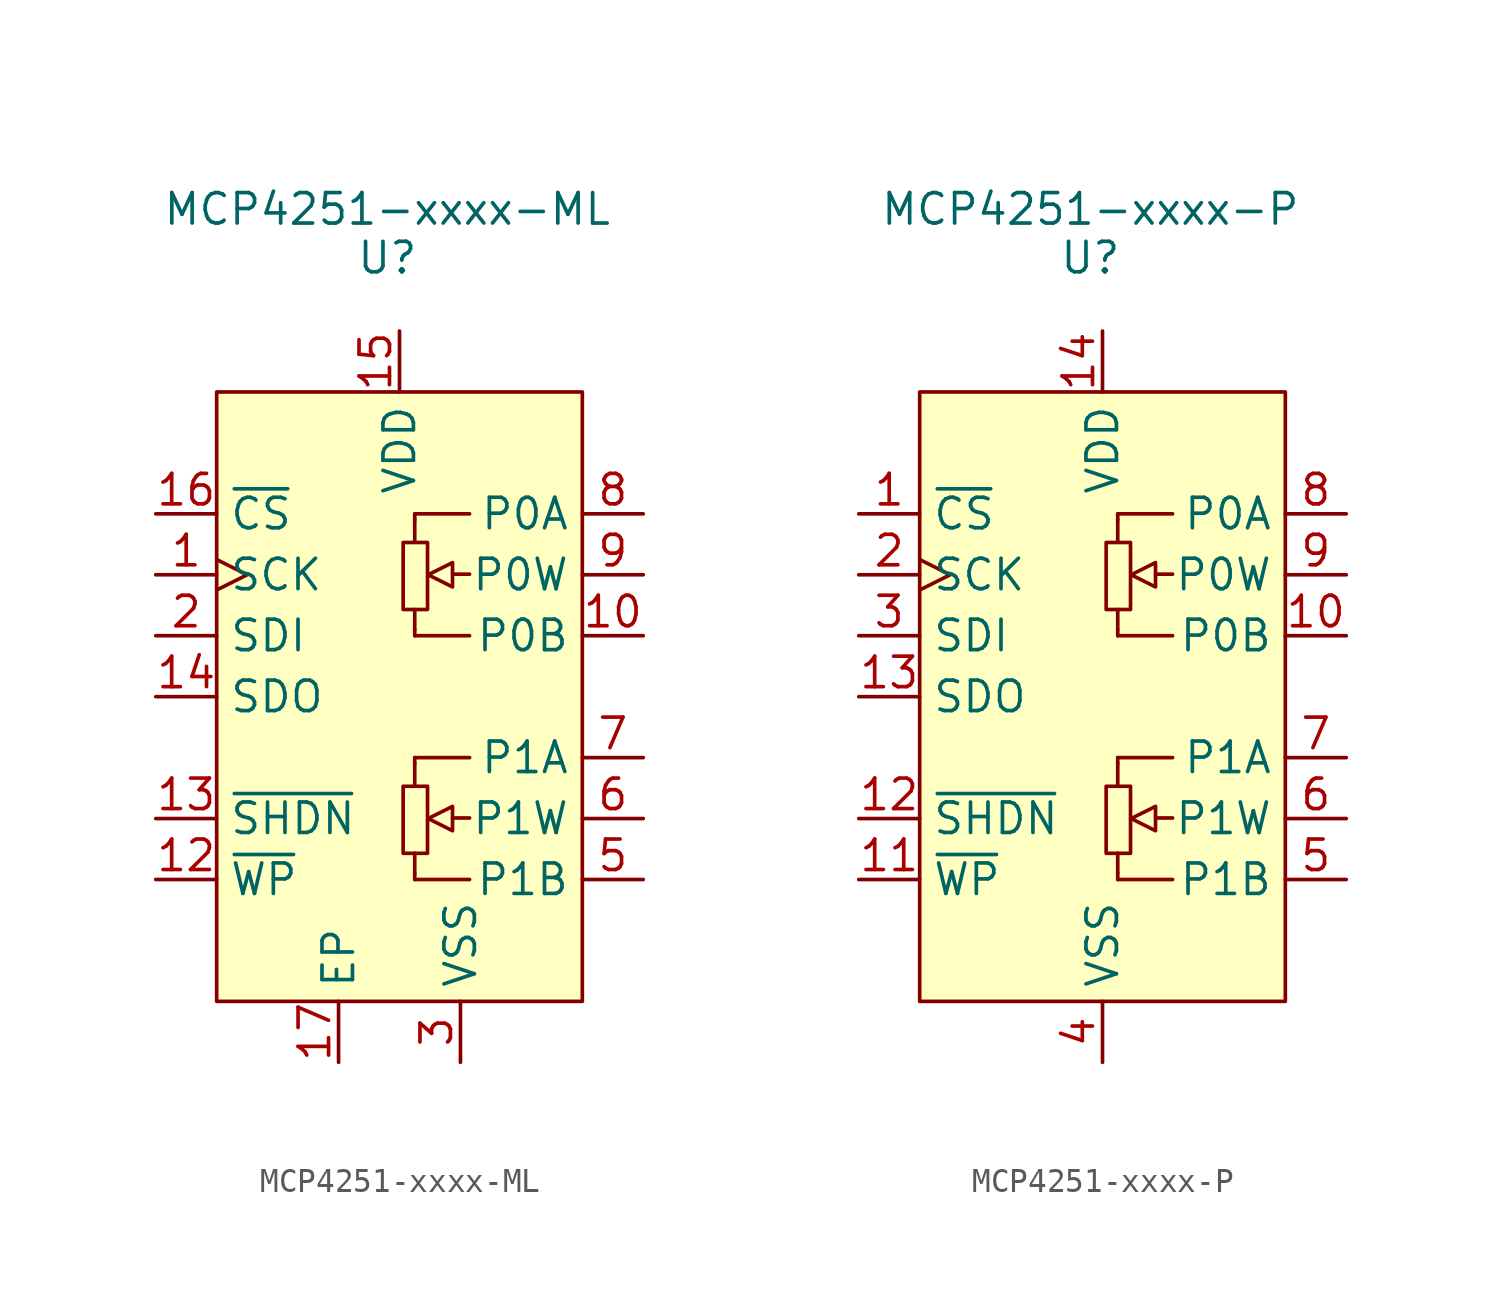
<source format=kicad_sym>
(kicad_symbol_lib
  (version 20211014)
  (generator kicad_symbol_editor)
  (symbol "MCP4251-xxxx-ML"
    (property "Reference" "U"
      (at -0.508 18.288 0)
      (effects (font (size 1.27 1.27))))
    (property "Value" "MCP4251-xxxx-ML"
      (at -0.508 20.32 0)
      (effects (font (size 1.27 1.27))))
    (symbol "MCP4251-xxxx-ML_0_1"
      (polyline (pts (xy 0 12.7) (xy 7.62 12.7) (xy 7.62 0) (xy 7.62 -12.7) (xy -7.62 -12.7) (xy -7.62 12.7) (xy 0 12.7)) (stroke (width 0) (type default) (color 0 0 0 0)) (fill (type background))))
    (symbol "MCP4251-xxxx-ML_1_1"
      (polyline (pts (xy 0.635 -7.366) (xy 0.635 -6.528)) (stroke (width 0) (type default) (color 0 0 0 0)) (fill (type none)))
      (polyline (pts (xy 0.635 -2.769) (xy 0.635 -3.708)) (stroke (width 0) (type default) (color 0 0 0 0)) (fill (type none)))
      (polyline (pts (xy 0.635 2.794) (xy 0.635 3.632)) (stroke (width 0) (type default) (color 0 0 0 0)) (fill (type none)))
      (polyline (pts (xy 0.635 7.391) (xy 0.635 6.452)) (stroke (width 0) (type default) (color 0 0 0 0)) (fill (type none)))
      (polyline (pts (xy 2.21 -5.055) (xy 2.921 -5.055)) (stroke (width 0) (type default) (color 0 0 0 0)) (fill (type none)))
      (polyline (pts (xy 2.21 5.105) (xy 2.921 5.105)) (stroke (width 0) (type default) (color 0 0 0 0)) (fill (type none)))
      (polyline (pts (xy 0.635 -7.62) (xy 0.635 -7.366) (xy 0.635 -7.366)) (stroke (width 0) (type default) (color 0 0 0 0)) (fill (type background)))
      (polyline (pts (xy 0.635 -7.62) (xy 2.921 -7.62) (xy 2.921 -7.62)) (stroke (width 0) (type default) (color 0 0 0 0)) (fill (type background)))
      (polyline (pts (xy 0.635 -2.54) (xy 0.635 -2.794) (xy 0.635 -2.794)) (stroke (width 0) (type default) (color 0 0 0 0)) (fill (type none)))
      (polyline (pts (xy 0.635 -2.54) (xy 2.921 -2.54) (xy 2.921 -2.54)) (stroke (width 0) (type default) (color 0 0 0 0)) (fill (type background)))
      (polyline (pts (xy 0.635 2.54) (xy 0.635 2.794) (xy 0.635 2.794)) (stroke (width 0) (type default) (color 0 0 0 0)) (fill (type background)))
      (polyline (pts (xy 0.635 2.54) (xy 2.921 2.54) (xy 2.921 2.54)) (stroke (width 0) (type default) (color 0 0 0 0)) (fill (type background)))
      (polyline (pts (xy 0.635 7.62) (xy 0.635 7.366) (xy 0.635 7.366)) (stroke (width 0) (type default) (color 0 0 0 0)) (fill (type none)))
      (polyline (pts (xy 0.635 7.62) (xy 2.921 7.62) (xy 2.921 7.62)) (stroke (width 0) (type default) (color 0 0 0 0)) (fill (type background)))
      (polyline (pts (xy 2.21 -4.572) (xy 2.21 -5.588) (xy 1.194 -5.08) (xy 2.21 -4.572) (xy 2.21 -4.572)) (stroke (width 0) (type default) (color 0 0 0 0)) (fill (type background)))
      (polyline (pts (xy 2.21 5.588) (xy 2.21 4.572) (xy 1.194 5.08) (xy 2.21 5.588) (xy 2.21 5.588)) (stroke (width 0) (type default) (color 0 0 0 0)) (fill (type background)))
      (rectangle (start 0.152 -3.734) (end 1.168 -6.528) (stroke (width 0) (type default) (color 0 0 0 0)) (fill (type none)))
      (rectangle (start 0.152 6.426) (end 1.168 3.632) (stroke (width 0) (type default) (color 0 0 0 0)) (fill (type none)))
      (pin input clock (at -10.16 5.08 0) (length 2.54) (name "SCK" (effects (font (size 1.27 1.27)))) (number "1" (effects (font (size 1.27 1.27)))))
      (pin passive line (at 10.16 2.54 180) (length 2.54) (name "P0B" (effects (font (size 1.27 1.27)))) (number "10" (effects (font (size 1.27 1.27)))))
      (pin no_connect line (at 7.62 0 180) (length 2.54) hide (name "NC" (effects (font (size 1.27 1.27)))) (number "11" (effects (font (size 1.27 1.27)))))
      (pin input line (at -10.16 -7.62 0) (length 2.54) (name "~{WP}" (effects (font (size 1.27 1.27)))) (number "12" (effects (font (size 1.27 1.27)))))
      (pin input line (at -10.16 -5.08 0) (length 2.54) (name "~{SHDN}" (effects (font (size 1.27 1.27)))) (number "13" (effects (font (size 1.27 1.27)))))
      (pin output line (at -10.16 0 0) (length 2.54) (name "SDO" (effects (font (size 1.27 1.27)))) (number "14" (effects (font (size 1.27 1.27)))))
      (pin power_in line (at 0 15.24 270) (length 2.54) (name "VDD" (effects (font (size 1.27 1.27)))) (number "15" (effects (font (size 1.27 1.27)))))
      (pin input line (at -10.16 7.62 0) (length 2.54) (name "~{CS}" (effects (font (size 1.27 1.27)))) (number "16" (effects (font (size 1.27 1.27)))))
      (pin passive line (at -2.54 -15.24 90) (length 2.54) (name "EP" (effects (font (size 1.27 1.27)))) (number "17" (effects (font (size 1.27 1.27)))))
      (pin input line (at -10.16 2.54 0) (length 2.54) (name "SDI" (effects (font (size 1.27 1.27)))) (number "2" (effects (font (size 1.27 1.27)))))
      (pin power_in line (at 2.54 -15.24 90) (length 2.54) (name "VSS" (effects (font (size 1.27 1.27)))) (number "3" (effects (font (size 1.27 1.27)))))
      (pin passive line (at 2.54 -15.24 90) (length 2.54) hide (name "VSS" (effects (font (size 1.27 1.27)))) (number "4" (effects (font (size 1.27 1.27)))))
      (pin passive line (at 10.16 -7.62 180) (length 2.54) (name "P1B" (effects (font (size 1.27 1.27)))) (number "5" (effects (font (size 1.27 1.27)))))
      (pin passive line (at 10.16 -5.08 180) (length 2.54) (name "P1W" (effects (font (size 1.27 1.27)))) (number "6" (effects (font (size 1.27 1.27)))))
      (pin passive line (at 10.16 -2.54 180) (length 2.54) (name "P1A" (effects (font (size 1.27 1.27)))) (number "7" (effects (font (size 1.27 1.27)))))
      (pin passive line (at 10.16 7.62 180) (length 2.54) (name "P0A" (effects (font (size 1.27 1.27)))) (number "8" (effects (font (size 1.27 1.27)))))
      (pin passive line (at 10.16 5.08 180) (length 2.54) (name "P0W" (effects (font (size 1.27 1.27)))) (number "9" (effects (font (size 1.27 1.27)))))))
  (symbol "MCP4251-xxxx-P"
    (property "Reference" "U"
      (at -0.508 18.288 0)
      (effects (font (size 1.27 1.27))))
    (property "Value" "MCP4251-xxxx-P"
      (at -0.508 20.32 0)
      (effects (font (size 1.27 1.27))))
    (symbol "MCP4251-xxxx-P_0_1"
      (polyline (pts (xy 0 12.7) (xy 7.62 12.7) (xy 7.62 0) (xy 7.62 -12.7) (xy -7.62 -12.7) (xy -7.62 12.7) (xy 0 12.7)) (stroke (width 0) (type default) (color 0 0 0 0)) (fill (type background))))
    (symbol "MCP4251-xxxx-P_1_1"
      (polyline (pts (xy 0.635 -7.366) (xy 0.635 -6.528)) (stroke (width 0) (type default) (color 0 0 0 0)) (fill (type none)))
      (polyline (pts (xy 0.635 -2.769) (xy 0.635 -3.708)) (stroke (width 0) (type default) (color 0 0 0 0)) (fill (type none)))
      (polyline (pts (xy 0.635 2.794) (xy 0.635 3.632)) (stroke (width 0) (type default) (color 0 0 0 0)) (fill (type none)))
      (polyline (pts (xy 0.635 7.391) (xy 0.635 6.452)) (stroke (width 0) (type default) (color 0 0 0 0)) (fill (type none)))
      (polyline (pts (xy 2.21 -5.055) (xy 2.921 -5.055)) (stroke (width 0) (type default) (color 0 0 0 0)) (fill (type none)))
      (polyline (pts (xy 2.21 5.105) (xy 2.921 5.105)) (stroke (width 0) (type default) (color 0 0 0 0)) (fill (type none)))
      (polyline (pts (xy 0.635 -7.62) (xy 0.635 -7.366) (xy 0.635 -7.366)) (stroke (width 0) (type default) (color 0 0 0 0)) (fill (type background)))
      (polyline (pts (xy 0.635 -7.62) (xy 2.921 -7.62) (xy 2.921 -7.62)) (stroke (width 0) (type default) (color 0 0 0 0)) (fill (type background)))
      (polyline (pts (xy 0.635 -2.54) (xy 0.635 -2.794) (xy 0.635 -2.794)) (stroke (width 0) (type default) (color 0 0 0 0)) (fill (type none)))
      (polyline (pts (xy 0.635 -2.54) (xy 2.921 -2.54) (xy 2.921 -2.54)) (stroke (width 0) (type default) (color 0 0 0 0)) (fill (type background)))
      (polyline (pts (xy 0.635 2.54) (xy 0.635 2.794) (xy 0.635 2.794)) (stroke (width 0) (type default) (color 0 0 0 0)) (fill (type background)))
      (polyline (pts (xy 0.635 2.54) (xy 2.921 2.54) (xy 2.921 2.54)) (stroke (width 0) (type default) (color 0 0 0 0)) (fill (type background)))
      (polyline (pts (xy 0.635 7.62) (xy 0.635 7.366) (xy 0.635 7.366)) (stroke (width 0) (type default) (color 0 0 0 0)) (fill (type none)))
      (polyline (pts (xy 0.635 7.62) (xy 2.921 7.62) (xy 2.921 7.62)) (stroke (width 0) (type default) (color 0 0 0 0)) (fill (type background)))
      (polyline (pts (xy 2.21 -4.572) (xy 2.21 -5.588) (xy 1.194 -5.08) (xy 2.21 -4.572) (xy 2.21 -4.572)) (stroke (width 0) (type default) (color 0 0 0 0)) (fill (type background)))
      (polyline (pts (xy 2.21 5.588) (xy 2.21 4.572) (xy 1.194 5.08) (xy 2.21 5.588) (xy 2.21 5.588)) (stroke (width 0) (type default) (color 0 0 0 0)) (fill (type background)))
      (rectangle (start 0.152 -3.734) (end 1.168 -6.528) (stroke (width 0) (type default) (color 0 0 0 0)) (fill (type none)))
      (rectangle (start 0.152 6.426) (end 1.168 3.632) (stroke (width 0) (type default) (color 0 0 0 0)) (fill (type none)))
      (pin input line (at -10.16 7.62 0) (length 2.54) (name "~{CS}" (effects (font (size 1.27 1.27)))) (number "1" (effects (font (size 1.27 1.27)))))
      (pin passive line (at 10.16 2.54 180) (length 2.54) (name "P0B" (effects (font (size 1.27 1.27)))) (number "10" (effects (font (size 1.27 1.27)))))
      (pin input line (at -10.16 -7.62 0) (length 2.54) (name "~{WP}" (effects (font (size 1.27 1.27)))) (number "11" (effects (font (size 1.27 1.27)))))
      (pin input line (at -10.16 -5.08 0) (length 2.54) (name "~{SHDN}" (effects (font (size 1.27 1.27)))) (number "12" (effects (font (size 1.27 1.27)))))
      (pin output line (at -10.16 0 0) (length 2.54) (name "SDO" (effects (font (size 1.27 1.27)))) (number "13" (effects (font (size 1.27 1.27)))))
      (pin power_in line (at 0 15.24 270) (length 2.54) (name "VDD" (effects (font (size 1.27 1.27)))) (number "14" (effects (font (size 1.27 1.27)))))
      (pin input clock (at -10.16 5.08 0) (length 2.54) (name "SCK" (effects (font (size 1.27 1.27)))) (number "2" (effects (font (size 1.27 1.27)))))
      (pin input line (at -10.16 2.54 0) (length 2.54) (name "SDI" (effects (font (size 1.27 1.27)))) (number "3" (effects (font (size 1.27 1.27)))))
      (pin power_in line (at 0 -15.24 90) (length 2.54) (name "VSS" (effects (font (size 1.27 1.27)))) (number "4" (effects (font (size 1.27 1.27)))))
      (pin passive line (at 10.16 -7.62 180) (length 2.54) (name "P1B" (effects (font (size 1.27 1.27)))) (number "5" (effects (font (size 1.27 1.27)))))
      (pin passive line (at 10.16 -5.08 180) (length 2.54) (name "P1W" (effects (font (size 1.27 1.27)))) (number "6" (effects (font (size 1.27 1.27)))))
      (pin passive line (at 10.16 -2.54 180) (length 2.54) (name "P1A" (effects (font (size 1.27 1.27)))) (number "7" (effects (font (size 1.27 1.27)))))
      (pin passive line (at 10.16 7.62 180) (length 2.54) (name "P0A" (effects (font (size 1.27 1.27)))) (number "8" (effects (font (size 1.27 1.27)))))
      (pin passive line (at 10.16 5.08 180) (length 2.54) (name "P0W" (effects (font (size 1.27 1.27)))) (number "9" (effects (font (size 1.27 1.27))))))))
</source>
